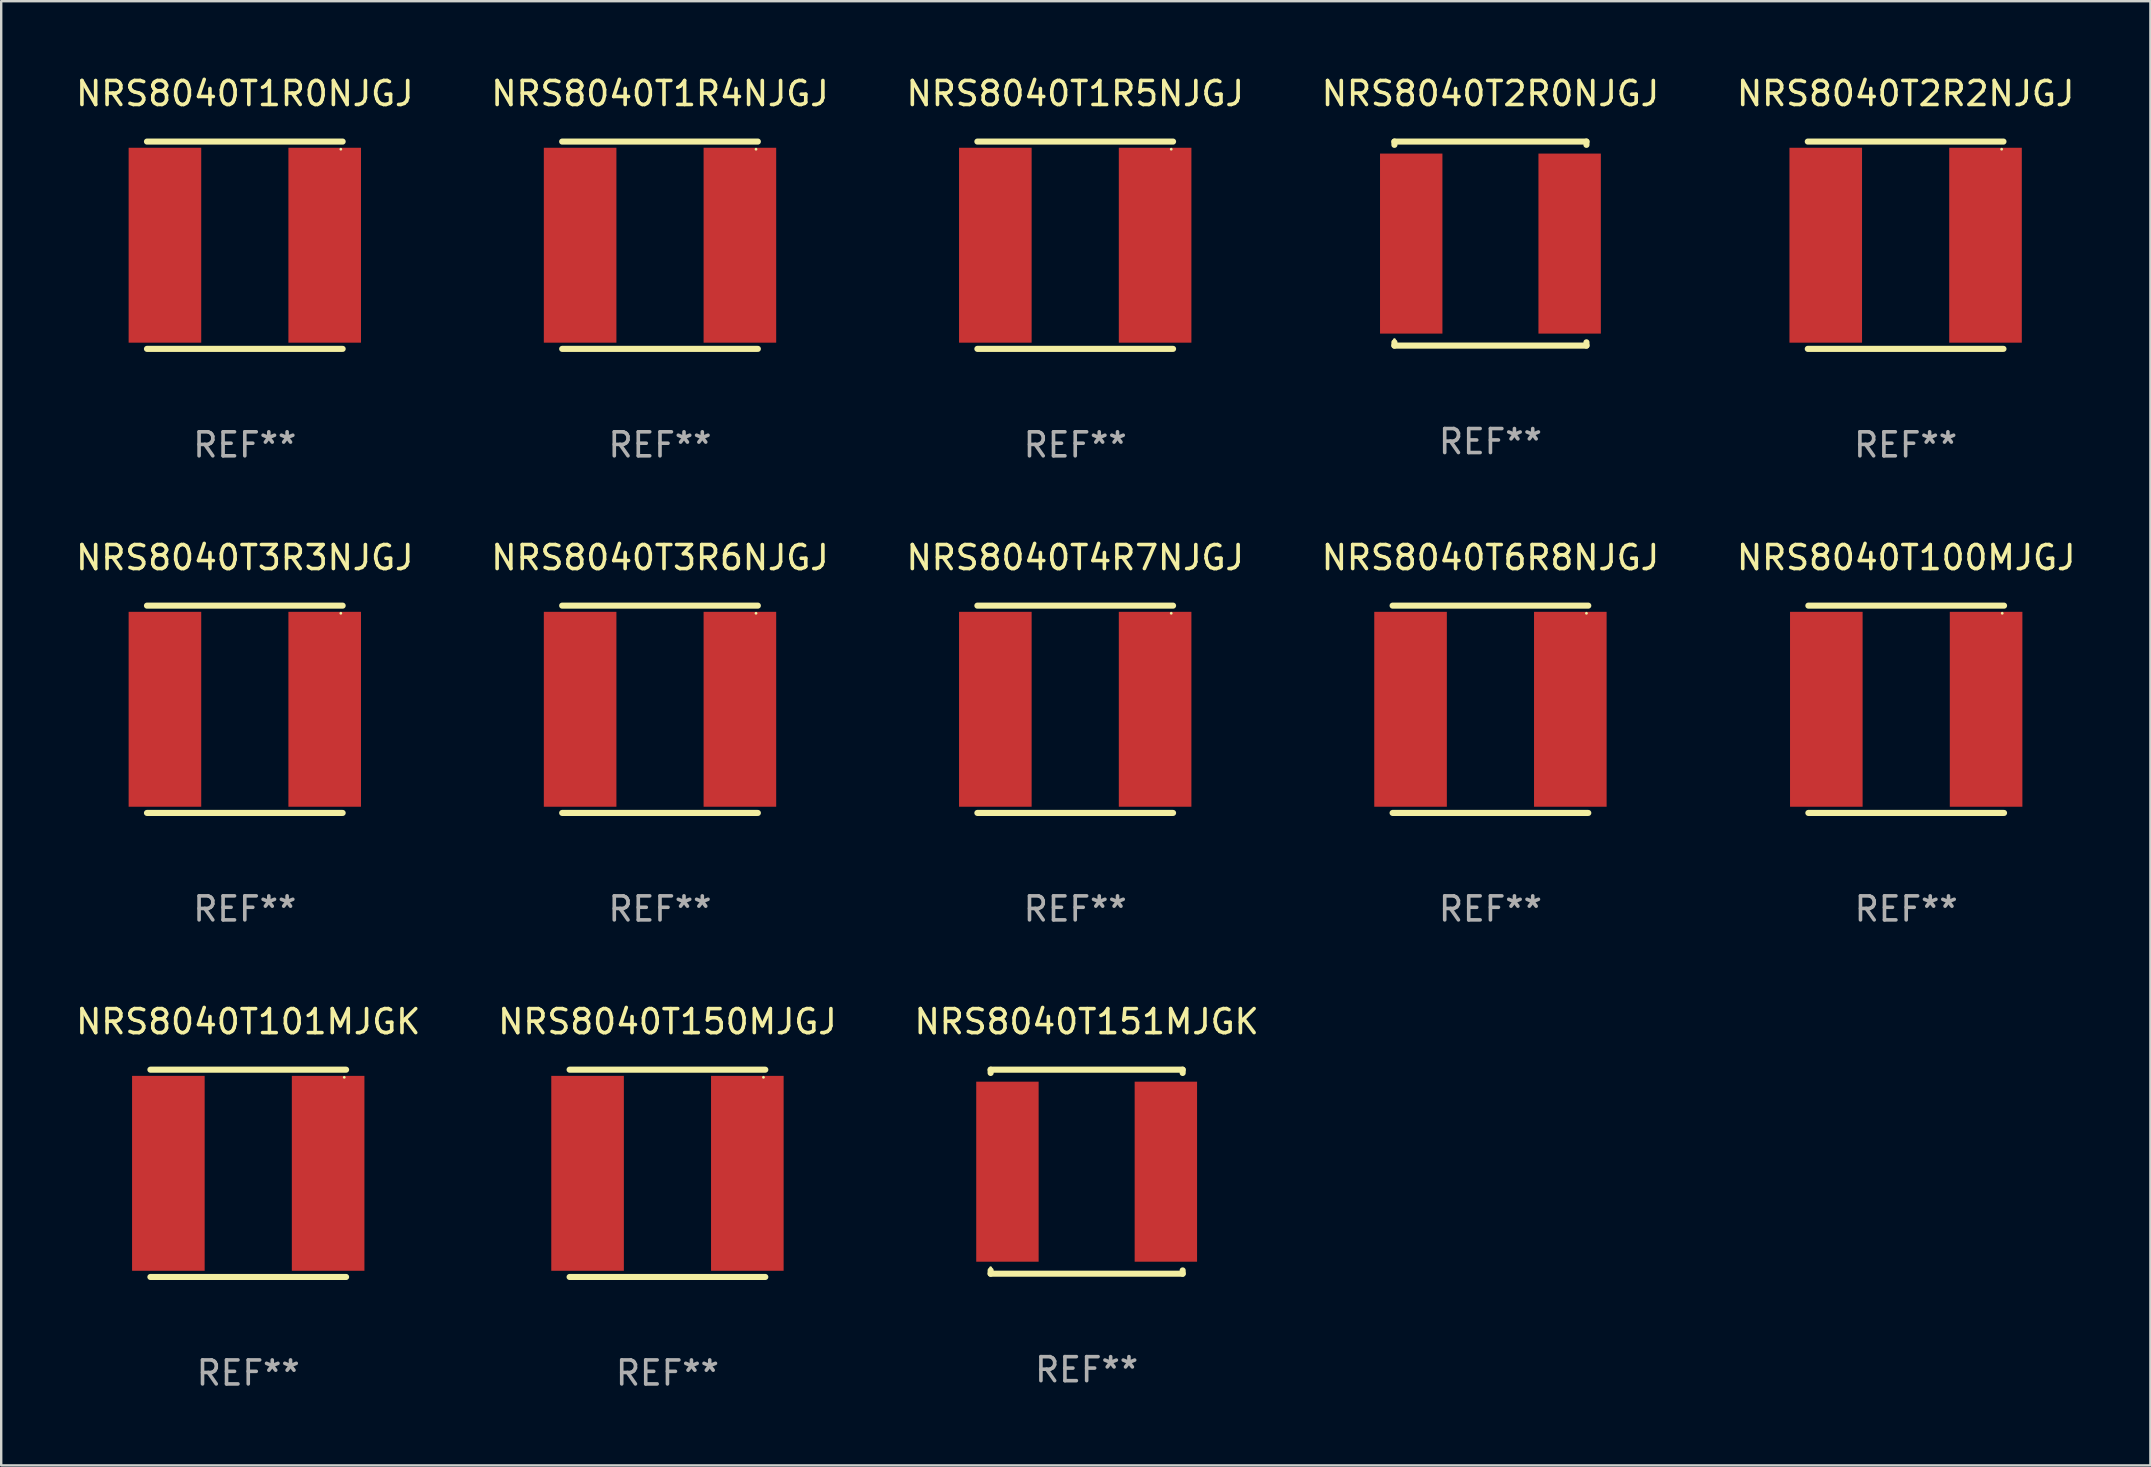
<source format=kicad_pcb>
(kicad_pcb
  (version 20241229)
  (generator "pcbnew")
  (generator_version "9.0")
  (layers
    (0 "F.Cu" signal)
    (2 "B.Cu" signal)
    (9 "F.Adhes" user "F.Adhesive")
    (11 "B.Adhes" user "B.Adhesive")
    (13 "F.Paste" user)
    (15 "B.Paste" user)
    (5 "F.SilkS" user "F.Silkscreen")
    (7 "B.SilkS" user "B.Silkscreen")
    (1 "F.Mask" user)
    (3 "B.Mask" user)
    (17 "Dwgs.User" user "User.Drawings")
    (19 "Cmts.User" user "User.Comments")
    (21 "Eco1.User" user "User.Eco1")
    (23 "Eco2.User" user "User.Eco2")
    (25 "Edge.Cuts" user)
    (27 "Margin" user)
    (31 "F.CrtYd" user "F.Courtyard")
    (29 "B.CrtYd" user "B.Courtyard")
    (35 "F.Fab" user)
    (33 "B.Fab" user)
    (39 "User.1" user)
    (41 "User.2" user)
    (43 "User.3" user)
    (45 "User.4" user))
  (footprint "NRS8040T2R0NJGJ"
    (layer "F.Cu")
    (at 59.042 7.098)
    (property "Reference" "NRS8040T2R0NJGJ" (at 0 -6.25 0) (layer "F.SilkS") (effects (font (size 1 1) (thickness 0.15))))
    (attr through_hole)
    (fp_line (start -4 -4.25) (end -4 -4.113) (stroke (width 0.254) (type solid)) (layer "F.SilkS"))
    (fp_line (start -4 -4.25) (end 4 -4.25) (stroke (width 0.254) (type solid)) (layer "F.SilkS"))
    (fp_line (start -4 4.113) (end -4 4.25) (stroke (width 0.254) (type solid)) (layer "F.SilkS"))
    (fp_line (start -4 4.25) (end 4 4.25) (stroke (width 0.254) (type solid)) (layer "F.SilkS"))
    (fp_line (start 4 -4.113) (end 4 -4.25) (stroke (width 0.254) (type solid)) (layer "F.SilkS"))
    (fp_line (start 4 4.25) (end 4 4.113) (stroke (width 0.254) (type solid)) (layer "F.SilkS"))
    (fp_circle (center -4 4) (end -3.97 4) (stroke (width 0.06) (type solid)) (fill no) (layer "F.SilkS"))
    (fp_text user "REF**" (at 0 8.25 0) (layer "F.Fab") (effects (font (size 1 1) (thickness 0.15))))
    (pad "1" smd rect (at -3.3 0) (size 2.6 7.5) (layers "F.Cu" "F.Mask" "F.Paste"))
    (pad "2" smd rect (at 3.3 0) (size 2.6 7.5) (layers "F.Cu" "F.Mask" "F.Paste")))
  (footprint "NRS8040T6R8NJGJ"
    (layer "F.Cu")
    (at 59.042 26.499)
    (property "Reference" "NRS8040T6R8NJGJ" (at 0 -6.318 0) (layer "F.SilkS") (effects (font (size 1 1) (thickness 0.15))))
    (attr through_hole)
    (fp_line (start -4.076 -4.318) (end 4.076 -4.318) (stroke (width 0.254) (type solid)) (layer "F.SilkS"))
    (fp_line (start -4.076 4.318) (end 4.076 4.318) (stroke (width 0.254) (type solid)) (layer "F.SilkS"))
    (fp_circle (center 4 -4) (end 4.03 -4) (stroke (width 0.06) (type solid)) (fill no) (layer "F.SilkS"))
    (fp_text user "REF**" (at 0 8.318 0) (layer "F.Fab") (effects (font (size 1 1) (thickness 0.15))))
    (pad "1" smd rect (at 3.328 0) (size 3.024 8.12) (layers "F.Cu" "F.Mask" "F.Paste"))
    (pad "2" smd rect (at -3.328 0) (size 3.024 8.12) (layers "F.Cu" "F.Mask" "F.Paste")))
  (footprint "NRS8040T4R7NJGJ"
    (layer "F.Cu")
    (at 41.744 26.499)
    (property "Reference" "NRS8040T4R7NJGJ" (at 0 -6.318 0) (layer "F.SilkS") (effects (font (size 1 1) (thickness 0.15))))
    (attr through_hole)
    (fp_line (start -4.076 -4.318) (end 4.076 -4.318) (stroke (width 0.254) (type solid)) (layer "F.SilkS"))
    (fp_line (start -4.076 4.318) (end 4.076 4.318) (stroke (width 0.254) (type solid)) (layer "F.SilkS"))
    (fp_circle (center 4 -4) (end 4.03 -4) (stroke (width 0.06) (type solid)) (fill no) (layer "F.SilkS"))
    (fp_text user "REF**" (at 0 8.318 0) (layer "F.Fab") (effects (font (size 1 1) (thickness 0.15))))
    (pad "1" smd rect (at 3.328 0) (size 3.024 8.12) (layers "F.Cu" "F.Mask" "F.Paste"))
    (pad "2" smd rect (at -3.328 0) (size 3.024 8.12) (layers "F.Cu" "F.Mask" "F.Paste")))
  (footprint "NRS8040T1R0NJGJ"
    (layer "F.Cu")
    (at 7.149 7.166)
    (property "Reference" "NRS8040T1R0NJGJ" (at 0 -6.318 0) (layer "F.SilkS") (effects (font (size 1 1) (thickness 0.15))))
    (attr through_hole)
    (fp_line (start -4.076 -4.318) (end 4.076 -4.318) (stroke (width 0.254) (type solid)) (layer "F.SilkS"))
    (fp_line (start -4.076 4.318) (end 4.076 4.318) (stroke (width 0.254) (type solid)) (layer "F.SilkS"))
    (fp_circle (center 4 -4) (end 4.03 -4) (stroke (width 0.06) (type solid)) (fill no) (layer "F.SilkS"))
    (fp_text user "REF**" (at 0 8.318 0) (layer "F.Fab") (effects (font (size 1 1) (thickness 0.15))))
    (pad "1" smd rect (at 3.328 0) (size 3.024 8.12) (layers "F.Cu" "F.Mask" "F.Paste"))
    (pad "2" smd rect (at -3.328 0) (size 3.024 8.12) (layers "F.Cu" "F.Mask" "F.Paste")))
  (footprint "NRS8040T1R5NJGJ"
    (layer "F.Cu")
    (at 41.744 7.166)
    (property "Reference" "NRS8040T1R5NJGJ" (at 0 -6.318 0) (layer "F.SilkS") (effects (font (size 1 1) (thickness 0.15))))
    (attr through_hole)
    (fp_line (start -4.076 -4.318) (end 4.076 -4.318) (stroke (width 0.254) (type solid)) (layer "F.SilkS"))
    (fp_line (start -4.076 4.318) (end 4.076 4.318) (stroke (width 0.254) (type solid)) (layer "F.SilkS"))
    (fp_circle (center 4 -4) (end 4.03 -4) (stroke (width 0.06) (type solid)) (fill no) (layer "F.SilkS"))
    (fp_text user "REF**" (at 0 8.318 0) (layer "F.Fab") (effects (font (size 1 1) (thickness 0.15))))
    (pad "1" smd rect (at 3.328 0) (size 3.024 8.12) (layers "F.Cu" "F.Mask" "F.Paste"))
    (pad "2" smd rect (at -3.328 0) (size 3.024 8.12) (layers "F.Cu" "F.Mask" "F.Paste")))
  (footprint "NRS8040T3R6NJGJ"
    (layer "F.Cu")
    (at 24.446 26.499)
    (property "Reference" "NRS8040T3R6NJGJ" (at 0 -6.318 0) (layer "F.SilkS") (effects (font (size 1 1) (thickness 0.15))))
    (attr through_hole)
    (fp_line (start -4.076 -4.318) (end 4.076 -4.318) (stroke (width 0.254) (type solid)) (layer "F.SilkS"))
    (fp_line (start -4.076 4.318) (end 4.076 4.318) (stroke (width 0.254) (type solid)) (layer "F.SilkS"))
    (fp_circle (center 4 -4) (end 4.03 -4) (stroke (width 0.06) (type solid)) (fill no) (layer "F.SilkS"))
    (fp_text user "REF**" (at 0 8.318 0) (layer "F.Fab") (effects (font (size 1 1) (thickness 0.15))))
    (pad "1" smd rect (at 3.328 0) (size 3.024 8.12) (layers "F.Cu" "F.Mask" "F.Paste"))
    (pad "2" smd rect (at -3.328 0) (size 3.024 8.12) (layers "F.Cu" "F.Mask" "F.Paste")))
  (footprint "NRS8040T2R2NJGJ"
    (layer "F.Cu")
    (at 76.339 7.166)
    (property "Reference" "NRS8040T2R2NJGJ" (at 0 -6.318 0) (layer "F.SilkS") (effects (font (size 1 1) (thickness 0.15))))
    (attr through_hole)
    (fp_line (start -4.076 -4.318) (end 4.076 -4.318) (stroke (width 0.254) (type solid)) (layer "F.SilkS"))
    (fp_line (start -4.076 4.318) (end 4.076 4.318) (stroke (width 0.254) (type solid)) (layer "F.SilkS"))
    (fp_circle (center 4 -4) (end 4.03 -4) (stroke (width 0.06) (type solid)) (fill no) (layer "F.SilkS"))
    (fp_text user "REF**" (at 0 8.318 0) (layer "F.Fab") (effects (font (size 1 1) (thickness 0.15))))
    (pad "1" smd rect (at 3.328 0) (size 3.024 8.12) (layers "F.Cu" "F.Mask" "F.Paste"))
    (pad "2" smd rect (at -3.328 0) (size 3.024 8.12) (layers "F.Cu" "F.Mask" "F.Paste")))
  (footprint "NRS8040T151MJGK"
    (layer "F.Cu")
    (at 42.22 45.763)
    (property "Reference" "NRS8040T151MJGK" (at 0 -6.25 0) (layer "F.SilkS") (effects (font (size 1 1) (thickness 0.15))))
    (attr through_hole)
    (fp_line (start -4 -4.25) (end -4 -4.113) (stroke (width 0.254) (type solid)) (layer "F.SilkS"))
    (fp_line (start -4 -4.25) (end 4 -4.25) (stroke (width 0.254) (type solid)) (layer "F.SilkS"))
    (fp_line (start -4 4.113) (end -4 4.25) (stroke (width 0.254) (type solid)) (layer "F.SilkS"))
    (fp_line (start -4 4.25) (end 4 4.25) (stroke (width 0.254) (type solid)) (layer "F.SilkS"))
    (fp_line (start 4 -4.113) (end 4 -4.25) (stroke (width 0.254) (type solid)) (layer "F.SilkS"))
    (fp_line (start 4 4.25) (end 4 4.113) (stroke (width 0.254) (type solid)) (layer "F.SilkS"))
    (fp_circle (center -4 4) (end -3.97 4) (stroke (width 0.06) (type solid)) (fill no) (layer "F.SilkS"))
    (fp_text user "REF**" (at 0 8.25 0) (layer "F.Fab") (effects (font (size 1 1) (thickness 0.15))))
    (pad "1" smd rect (at -3.3 0) (size 2.6 7.5) (layers "F.Cu" "F.Mask" "F.Paste"))
    (pad "2" smd rect (at 3.3 0) (size 2.6 7.5) (layers "F.Cu" "F.Mask" "F.Paste")))
  (footprint "NRS8040T100MJGJ"
    (layer "F.Cu")
    (at 76.363 26.499)
    (property "Reference" "NRS8040T100MJGJ" (at 0 -6.318 0) (layer "F.SilkS") (effects (font (size 1 1) (thickness 0.15))))
    (attr through_hole)
    (fp_line (start -4.076 -4.318) (end 4.076 -4.318) (stroke (width 0.254) (type solid)) (layer "F.SilkS"))
    (fp_line (start -4.076 4.318) (end 4.076 4.318) (stroke (width 0.254) (type solid)) (layer "F.SilkS"))
    (fp_circle (center 4 -4) (end 4.03 -4) (stroke (width 0.06) (type solid)) (fill no) (layer "F.SilkS"))
    (fp_text user "REF**" (at 0 8.318 0) (layer "F.Fab") (effects (font (size 1 1) (thickness 0.15))))
    (pad "1" smd rect (at 3.328 0) (size 3.024 8.12) (layers "F.Cu" "F.Mask" "F.Paste"))
    (pad "2" smd rect (at -3.328 0) (size 3.024 8.12) (layers "F.Cu" "F.Mask" "F.Paste")))
  (footprint "NRS8040T3R3NJGJ"
    (layer "F.Cu")
    (at 7.149 26.499)
    (property "Reference" "NRS8040T3R3NJGJ" (at 0 -6.318 0) (layer "F.SilkS") (effects (font (size 1 1) (thickness 0.15))))
    (attr through_hole)
    (fp_line (start -4.076 -4.318) (end 4.076 -4.318) (stroke (width 0.254) (type solid)) (layer "F.SilkS"))
    (fp_line (start -4.076 4.318) (end 4.076 4.318) (stroke (width 0.254) (type solid)) (layer "F.SilkS"))
    (fp_circle (center 4 -4) (end 4.03 -4) (stroke (width 0.06) (type solid)) (fill no) (layer "F.SilkS"))
    (fp_text user "REF**" (at 0 8.318 0) (layer "F.Fab") (effects (font (size 1 1) (thickness 0.15))))
    (pad "1" smd rect (at 3.328 0) (size 3.024 8.12) (layers "F.Cu" "F.Mask" "F.Paste"))
    (pad "2" smd rect (at -3.328 0) (size 3.024 8.12) (layers "F.Cu" "F.Mask" "F.Paste")))
  (footprint "NRS8040T1R4NJGJ"
    (layer "F.Cu")
    (at 24.446 7.166)
    (property "Reference" "NRS8040T1R4NJGJ" (at 0 -6.318 0) (layer "F.SilkS") (effects (font (size 1 1) (thickness 0.15))))
    (attr through_hole)
    (fp_line (start -4.076 -4.318) (end 4.076 -4.318) (stroke (width 0.254) (type solid)) (layer "F.SilkS"))
    (fp_line (start -4.076 4.318) (end 4.076 4.318) (stroke (width 0.254) (type solid)) (layer "F.SilkS"))
    (fp_circle (center 4 -4) (end 4.03 -4) (stroke (width 0.06) (type solid)) (fill no) (layer "F.SilkS"))
    (fp_text user "REF**" (at 0 8.318 0) (layer "F.Fab") (effects (font (size 1 1) (thickness 0.15))))
    (pad "1" smd rect (at 3.328 0) (size 3.024 8.12) (layers "F.Cu" "F.Mask" "F.Paste"))
    (pad "2" smd rect (at -3.328 0) (size 3.024 8.12) (layers "F.Cu" "F.Mask" "F.Paste")))
  (footprint "NRS8040T101MJGK"
    (layer "F.Cu")
    (at 7.292 45.831)
    (property "Reference" "NRS8040T101MJGK" (at 0 -6.318 0) (layer "F.SilkS") (effects (font (size 1 1) (thickness 0.15))))
    (attr through_hole)
    (fp_line (start -4.076 -4.318) (end 4.076 -4.318) (stroke (width 0.254) (type solid)) (layer "F.SilkS"))
    (fp_line (start -4.076 4.318) (end 4.076 4.318) (stroke (width 0.254) (type solid)) (layer "F.SilkS"))
    (fp_circle (center 4 -4) (end 4.03 -4) (stroke (width 0.06) (type solid)) (fill no) (layer "F.SilkS"))
    (fp_text user "REF**" (at 0 8.318 0) (layer "F.Fab") (effects (font (size 1 1) (thickness 0.15))))
    (pad "1" smd rect (at 3.328 0) (size 3.024 8.12) (layers "F.Cu" "F.Mask" "F.Paste"))
    (pad "2" smd rect (at -3.328 0) (size 3.024 8.12) (layers "F.Cu" "F.Mask" "F.Paste")))
  (footprint "NRS8040T150MJGJ"
    (layer "F.Cu")
    (at 24.756 45.831)
    (property "Reference" "NRS8040T150MJGJ" (at 0 -6.318 0) (layer "F.SilkS") (effects (font (size 1 1) (thickness 0.15))))
    (attr through_hole)
    (fp_line (start -4.076 -4.318) (end 4.076 -4.318) (stroke (width 0.254) (type solid)) (layer "F.SilkS"))
    (fp_line (start -4.076 4.318) (end 4.076 4.318) (stroke (width 0.254) (type solid)) (layer "F.SilkS"))
    (fp_circle (center 4 -4) (end 4.03 -4) (stroke (width 0.06) (type solid)) (fill no) (layer "F.SilkS"))
    (fp_text user "REF**" (at 0 8.318 0) (layer "F.Fab") (effects (font (size 1 1) (thickness 0.15))))
    (pad "1" smd rect (at 3.328 0) (size 3.024 8.12) (layers "F.Cu" "F.Mask" "F.Paste"))
    (pad "2" smd rect (at -3.328 0) (size 3.024 8.12) (layers "F.Cu" "F.Mask" "F.Paste")))
  (gr_rect
    (start -3 -3)
    (end 86.536 57.998)
    (stroke (width 0.1) (type default))
    (fill no)
    (layer "Edge.Cuts")))
</source>
